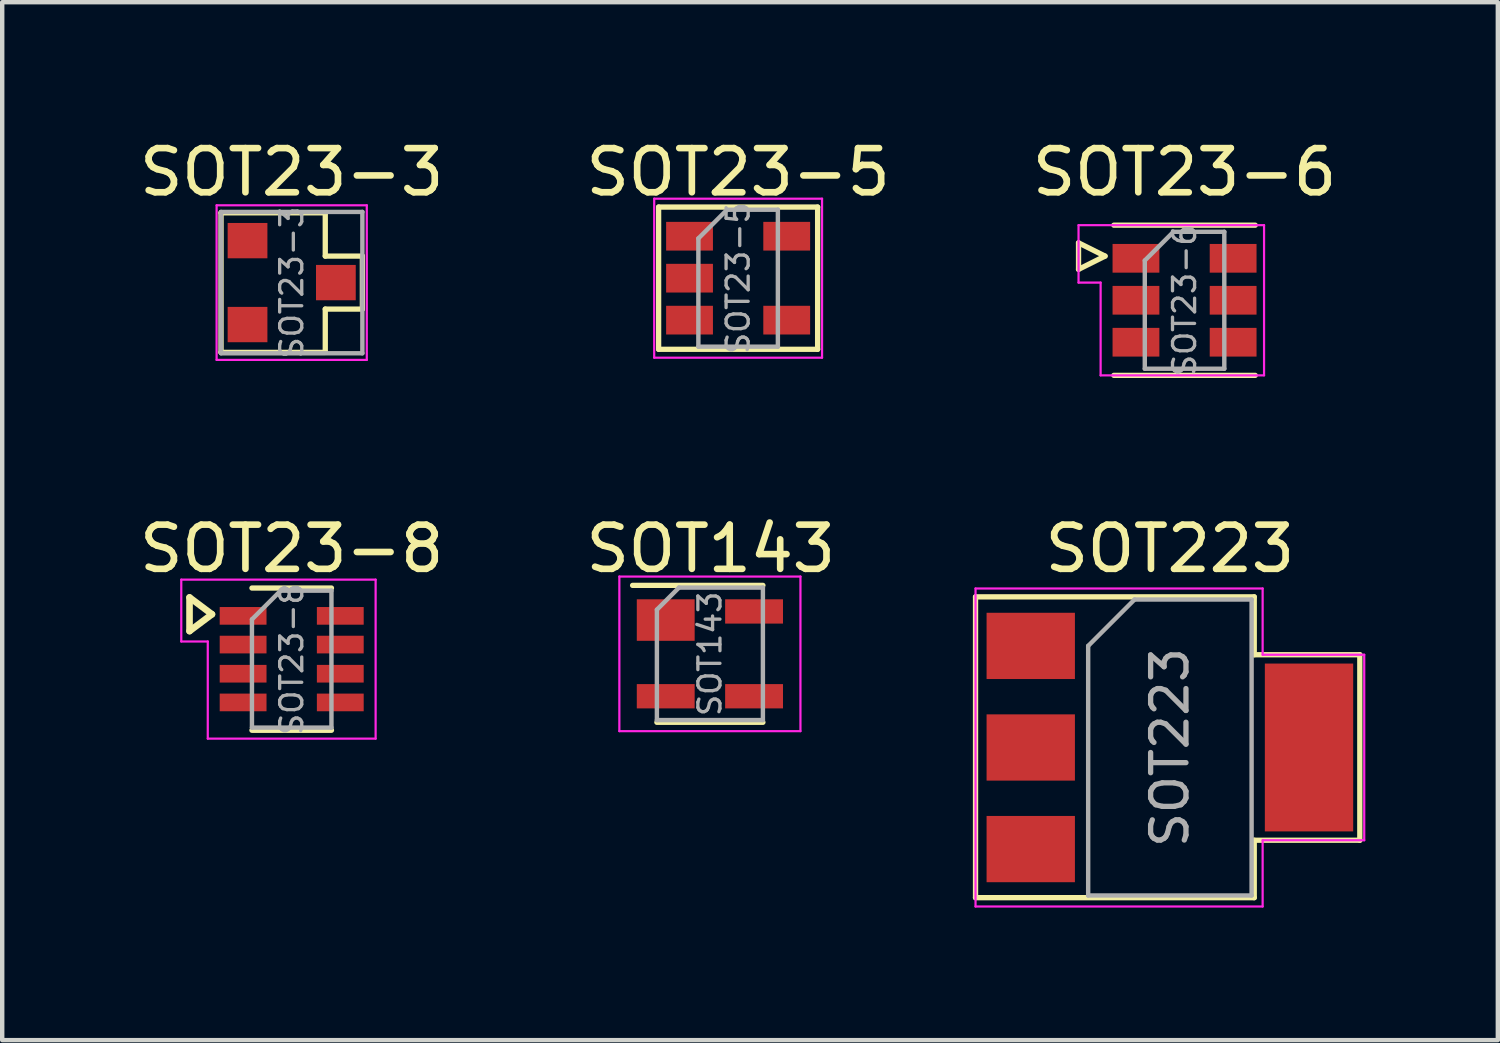
<source format=kicad_pcb>
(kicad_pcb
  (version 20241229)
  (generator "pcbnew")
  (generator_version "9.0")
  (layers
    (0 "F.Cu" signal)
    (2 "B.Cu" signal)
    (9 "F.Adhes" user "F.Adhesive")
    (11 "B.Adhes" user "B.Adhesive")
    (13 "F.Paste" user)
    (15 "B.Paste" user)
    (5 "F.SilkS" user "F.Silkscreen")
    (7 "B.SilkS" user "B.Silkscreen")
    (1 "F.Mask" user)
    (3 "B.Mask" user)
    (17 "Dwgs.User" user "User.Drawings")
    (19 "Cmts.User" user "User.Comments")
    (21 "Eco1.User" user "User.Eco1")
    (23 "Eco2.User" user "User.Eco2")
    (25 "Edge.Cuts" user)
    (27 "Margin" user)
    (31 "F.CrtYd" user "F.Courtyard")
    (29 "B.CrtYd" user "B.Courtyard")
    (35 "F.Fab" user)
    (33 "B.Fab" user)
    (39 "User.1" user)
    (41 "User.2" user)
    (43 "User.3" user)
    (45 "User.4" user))
  (footprint "SOT223"
    (layer "F.Cu")
    (at 23.436 13.873)
    (property "Reference" "SOT223" (at 0 -4.5 0) (layer "F.SilkS") (effects (font (size 1 1) (thickness 0.15))))
    (attr smd)
    (fp_line (start -4.4 -3.41) (end -4.4 3.4) (stroke (width 0.12) (type default)) (layer "F.SilkS"))
    (fp_line (start -4.4 -3.41) (end 1.91 -3.41) (stroke (width 0.12) (type solid)) (layer "F.SilkS"))
    (fp_line (start -4.4 3.4) (end 1.91 3.4) (stroke (width 0.12) (type solid)) (layer "F.SilkS"))
    (fp_line (start 1.91 -3.41) (end 1.91 -2.1) (stroke (width 0.12) (type solid)) (layer "F.SilkS"))
    (fp_line (start 1.91 -2.1) (end 4.3 -2.1) (stroke (width 0.12) (type default)) (layer "F.SilkS"))
    (fp_line (start 1.91 3.4) (end 1.91 2.1) (stroke (width 0.12) (type solid)) (layer "F.SilkS"))
    (fp_line (start 4.3 -2.1) (end 4.3 2.1) (stroke (width 0.12) (type default)) (layer "F.SilkS"))
    (fp_line (start 4.3 2.1) (end 1.91 2.1) (stroke (width 0.12) (type default)) (layer "F.SilkS"))
    (fp_line (start -4.4 -3.6) (end -4.4 3.6) (stroke (width 0.05) (type solid)) (layer "F.CrtYd"))
    (fp_line (start -4.4 3.6) (end 2.1 3.6) (stroke (width 0.05) (type solid)) (layer "F.CrtYd"))
    (fp_line (start 2.1 -3.6) (end -4.4 -3.6) (stroke (width 0.05) (type solid)) (layer "F.CrtYd"))
    (fp_line (start 2.1 -3.6) (end 2.1 -2.1) (stroke (width 0.05) (type solid)) (layer "F.CrtYd"))
    (fp_line (start 2.1 -2.1) (end 4.4 -2.1) (stroke (width 0.05) (type solid)) (layer "F.CrtYd"))
    (fp_line (start 2.1 2.1) (end 4.4 2.1) (stroke (width 0.05) (type solid)) (layer "F.CrtYd"))
    (fp_line (start 2.1 3.6) (end 2.1 2.1) (stroke (width 0.05) (type solid)) (layer "F.CrtYd"))
    (fp_line (start 4.4 2.1) (end 4.4 -2.1) (stroke (width 0.05) (type solid)) (layer "F.CrtYd"))
    (fp_line (start -1.85 -2.3) (end -1.85 3.35) (stroke (width 0.1) (type solid)) (layer "F.Fab"))
    (fp_line (start -1.85 -2.3) (end -0.8 -3.35) (stroke (width 0.1) (type solid)) (layer "F.Fab"))
    (fp_line (start -1.85 3.35) (end 1.85 3.35) (stroke (width 0.1) (type solid)) (layer "F.Fab"))
    (fp_line (start -0.8 -3.35) (end 1.85 -3.35) (stroke (width 0.1) (type solid)) (layer "F.Fab"))
    (fp_line (start 1.85 -3.35) (end 1.85 3.35) (stroke (width 0.1) (type solid)) (layer "F.Fab"))
    (fp_text user "${REFERENCE}" (at 0 0 90) (layer "F.Fab") (effects (font (size 0.8 0.8) (thickness 0.12))))
    (pad "1" smd rect (at -3.15 -2.3) (size 2 1.5) (layers "F.Cu" "F.Mask" "F.Paste"))
    (pad "2" smd rect (at -3.15 0) (size 2 1.5) (layers "F.Cu" "F.Mask" "F.Paste"))
    (pad "3" smd rect (at -3.15 2.3) (size 2 1.5) (layers "F.Cu" "F.Mask" "F.Paste"))
    (pad "4" smd rect (at 3.15 0) (size 2 3.8) (layers "F.Cu" "F.Mask" "F.Paste")))
  (footprint "SOT23-5"
    (layer "F.Cu")
    (at 13.661 3.248)
    (property "Reference" "SOT23-5" (at 0 -2.4 0) (layer "F.SilkS") (effects (font (size 1 1) (thickness 0.15))))
    (attr smd)
    (fp_line (start -1.8 -1.61) (end -1.8 1.61) (stroke (width 0.12) (type default)) (layer "F.SilkS"))
    (fp_line (start -1.8 1.61) (end 1.8 1.61) (stroke (width 0.12) (type solid)) (layer "F.SilkS"))
    (fp_line (start 1.8 -1.61) (end -1.8 -1.61) (stroke (width 0.12) (type solid)) (layer "F.SilkS"))
    (fp_line (start 1.8 1.61) (end 1.8 -1.61) (stroke (width 0.12) (type default)) (layer "F.SilkS"))
    (fp_line (start -1.9 -1.8) (end 1.9 -1.8) (stroke (width 0.05) (type solid)) (layer "F.CrtYd"))
    (fp_line (start -1.9 1.8) (end -1.9 -1.8) (stroke (width 0.05) (type solid)) (layer "F.CrtYd"))
    (fp_line (start 1.9 -1.8) (end 1.9 1.8) (stroke (width 0.05) (type solid)) (layer "F.CrtYd"))
    (fp_line (start 1.9 1.8) (end -1.9 1.8) (stroke (width 0.05) (type solid)) (layer "F.CrtYd"))
    (fp_line (start -0.9 -0.9) (end -0.9 1.55) (stroke (width 0.1) (type solid)) (layer "F.Fab"))
    (fp_line (start -0.9 -0.9) (end -0.25 -1.55) (stroke (width 0.1) (type solid)) (layer "F.Fab"))
    (fp_line (start 0.9 -1.55) (end -0.25 -1.55) (stroke (width 0.1) (type solid)) (layer "F.Fab"))
    (fp_line (start 0.9 -1.55) (end 0.9 1.55) (stroke (width 0.1) (type solid)) (layer "F.Fab"))
    (fp_line (start 0.9 1.55) (end -0.9 1.55) (stroke (width 0.1) (type solid)) (layer "F.Fab"))
    (fp_text user "${REFERENCE}" (at 0 0 90) (layer "F.Fab") (effects (font (size 0.5 0.5) (thickness 0.075))))
    (pad "1" smd rect (at -1.1 -0.95) (size 1.06 0.65) (layers "F.Cu" "F.Mask" "F.Paste"))
    (pad "2" smd rect (at -1.1 0) (size 1.06 0.65) (layers "F.Cu" "F.Mask" "F.Paste"))
    (pad "3" smd rect (at -1.1 0.95) (size 1.06 0.65) (layers "F.Cu" "F.Mask" "F.Paste"))
    (pad "4" smd rect (at 1.1 0.95) (size 1.06 0.65) (layers "F.Cu" "F.Mask" "F.Paste"))
    (pad "5" smd rect (at 1.1 -0.95) (size 1.06 0.65) (layers "F.Cu" "F.Mask" "F.Paste")))
  (footprint "SOT143"
    (layer "F.Cu")
    (at 13.022 11.753)
    (property "Reference" "SOT143" (at 0.02 -2.38 0) (layer "F.SilkS") (effects (font (size 1 1) (thickness 0.15))))
    (attr smd)
    (fp_line (start -1.2 1.55) (end 1.2 1.55) (stroke (width 0.12) (type solid)) (layer "F.SilkS"))
    (fp_line (start 1.2 -1.55) (end -1.75 -1.55) (stroke (width 0.12) (type solid)) (layer "F.SilkS"))
    (fp_line (start -2.05 1.75) (end -2.05 -1.75) (stroke (width 0.05) (type solid)) (layer "F.CrtYd"))
    (fp_line (start -2.05 1.75) (end 2.05 1.75) (stroke (width 0.05) (type solid)) (layer "F.CrtYd"))
    (fp_line (start 2.05 -1.75) (end -2.05 -1.75) (stroke (width 0.05) (type solid)) (layer "F.CrtYd"))
    (fp_line (start 2.05 -1.75) (end 2.05 1.75) (stroke (width 0.05) (type solid)) (layer "F.CrtYd"))
    (fp_line (start -1.2 -1) (end -0.7 -1.5) (stroke (width 0.1) (type solid)) (layer "F.Fab"))
    (fp_line (start -1.2 1.5) (end -1.2 -1) (stroke (width 0.1) (type solid)) (layer "F.Fab"))
    (fp_line (start -0.7 -1.5) (end 1.2 -1.5) (stroke (width 0.1) (type solid)) (layer "F.Fab"))
    (fp_line (start 1.2 -1.5) (end 1.2 1.5) (stroke (width 0.1) (type solid)) (layer "F.Fab"))
    (fp_line (start 1.2 1.5) (end -1.2 1.5) (stroke (width 0.1) (type solid)) (layer "F.Fab"))
    (fp_text user "${REFERENCE}" (at 0 0 90) (layer "F.Fab") (effects (font (size 0.5 0.5) (thickness 0.075))))
    (pad "1" smd rect (at -1 -0.765) (size 1.31 0.94) (layers "F.Cu" "F.Mask" "F.Paste"))
    (pad "2" smd rect (at -1 0.96) (size 1.31 0.55) (layers "F.Cu" "F.Mask" "F.Paste"))
    (pad "3" smd rect (at 1 0.96) (size 1.31 0.55) (layers "F.Cu" "F.Mask" "F.Paste"))
    (pad "4" smd rect (at 1 -0.96) (size 1.31 0.55) (layers "F.Cu" "F.Mask" "F.Paste")))
  (footprint "SOT23-6"
    (layer "F.Cu")
    (at 23.768 3.748)
    (property "Reference" "SOT23-6" (at 0 -2.9 0) (layer "F.SilkS") (effects (font (size 1 1) (thickness 0.15))))
    (attr smd)
    (fp_line (start -2.4 -1.3) (end -1.8 -1) (stroke (width 0.12) (type solid)) (layer "F.SilkS"))
    (fp_line (start -2.4 -0.7) (end -2.4 -1.3) (stroke (width 0.12) (type solid)) (layer "F.SilkS"))
    (fp_line (start -1.8 -1) (end -2.4 -0.7) (stroke (width 0.12) (type solid)) (layer "F.SilkS"))
    (fp_line (start -1.6 1.7) (end 1.6 1.7) (stroke (width 0.12) (type solid)) (layer "F.SilkS"))
    (fp_line (start 1.6 -1.7) (end -1.6 -1.7) (stroke (width 0.12) (type solid)) (layer "F.SilkS"))
    (fp_line (start -2.4 -1.7) (end -2.4 -0.4) (stroke (width 0.05) (type solid)) (layer "F.CrtYd"))
    (fp_line (start -1.9 -0.4) (end -2.4 -0.4) (stroke (width 0.05) (type solid)) (layer "F.CrtYd"))
    (fp_line (start -1.9 -0.4) (end -1.9 1.7) (stroke (width 0.05) (type solid)) (layer "F.CrtYd"))
    (fp_line (start -1.9 1.7) (end 1.8 1.7) (stroke (width 0.05) (type solid)) (layer "F.CrtYd"))
    (fp_line (start 1.8 -1.7) (end -2.4 -1.7) (stroke (width 0.05) (type solid)) (layer "F.CrtYd"))
    (fp_line (start 1.8 1.7) (end 1.8 -1.7) (stroke (width 0.05) (type solid)) (layer "F.CrtYd"))
    (fp_line (start -0.9 -0.9) (end -0.9 1.55) (stroke (width 0.1) (type solid)) (layer "F.Fab"))
    (fp_line (start -0.9 -0.9) (end -0.25 -1.55) (stroke (width 0.1) (type solid)) (layer "F.Fab"))
    (fp_line (start 0.9 -1.55) (end -0.25 -1.55) (stroke (width 0.1) (type solid)) (layer "F.Fab"))
    (fp_line (start 0.9 -1.55) (end 0.9 1.55) (stroke (width 0.1) (type solid)) (layer "F.Fab"))
    (fp_line (start 0.9 1.55) (end -0.9 1.55) (stroke (width 0.1) (type solid)) (layer "F.Fab"))
    (fp_text user "${REFERENCE}" (at 0 0 90) (layer "F.Fab") (effects (font (size 0.5 0.5) (thickness 0.075))))
    (pad "1" smd rect (at -1.1 -0.95) (size 1.06 0.65) (layers "F.Cu" "F.Mask" "F.Paste"))
    (pad "2" smd rect (at -1.1 0) (size 1.06 0.65) (layers "F.Cu" "F.Mask" "F.Paste"))
    (pad "3" smd rect (at -1.1 0.95) (size 1.06 0.65) (layers "F.Cu" "F.Mask" "F.Paste"))
    (pad "4" smd rect (at 1.1 0.95) (size 1.06 0.65) (layers "F.Cu" "F.Mask" "F.Paste"))
    (pad "5" smd rect (at 1.1 0) (size 1.06 0.65) (layers "F.Cu" "F.Mask" "F.Paste"))
    (pad "6" smd rect (at 1.1 -0.95) (size 1.06 0.65) (layers "F.Cu" "F.Mask" "F.Paste")))
  (footprint "SOT23-8"
    (layer "F.Cu")
    (at 3.554 11.873)
    (property "Reference" "SOT23-8" (at 0 -2.5 0) (layer "F.SilkS") (effects (font (size 1 1) (thickness 0.15))))
    (attr smd)
    (fp_line (start -2.313 -1.397) (end -2.313 -0.635) (stroke (width 0.15) (type solid)) (layer "F.SilkS"))
    (fp_line (start -2.313 -0.635) (end -1.805 -1.016) (stroke (width 0.15) (type solid)) (layer "F.SilkS"))
    (fp_line (start -1.805 -1.016) (end -2.313 -1.397) (stroke (width 0.15) (type solid)) (layer "F.SilkS"))
    (fp_line (start -0.9 1.61) (end 0.9 1.61) (stroke (width 0.12) (type solid)) (layer "F.SilkS"))
    (fp_line (start 0.9 -1.61) (end -0.9 -1.61) (stroke (width 0.12) (type solid)) (layer "F.SilkS"))
    (fp_line (start -2.5 -1.8) (end -2.5 -0.4) (stroke (width 0.05) (type solid)) (layer "F.CrtYd"))
    (fp_line (start -1.9 -0.4) (end -2.5 -0.4) (stroke (width 0.05) (type solid)) (layer "F.CrtYd"))
    (fp_line (start -1.9 -0.4) (end -1.9 1.8) (stroke (width 0.05) (type solid)) (layer "F.CrtYd"))
    (fp_line (start -1.9 1.8) (end 1.9 1.8) (stroke (width 0.05) (type solid)) (layer "F.CrtYd"))
    (fp_line (start 1.9 -1.8) (end -2.5 -1.8) (stroke (width 0.05) (type solid)) (layer "F.CrtYd"))
    (fp_line (start 1.9 1.8) (end 1.9 -1.8) (stroke (width 0.05) (type solid)) (layer "F.CrtYd"))
    (fp_line (start -0.9 -0.9) (end -0.9 1.55) (stroke (width 0.1) (type solid)) (layer "F.Fab"))
    (fp_line (start -0.9 -0.9) (end -0.25 -1.55) (stroke (width 0.1) (type solid)) (layer "F.Fab"))
    (fp_line (start 0.9 -1.55) (end -0.25 -1.55) (stroke (width 0.1) (type solid)) (layer "F.Fab"))
    (fp_line (start 0.9 -1.55) (end 0.9 1.55) (stroke (width 0.1) (type solid)) (layer "F.Fab"))
    (fp_line (start 0.9 1.55) (end -0.9 1.55) (stroke (width 0.1) (type solid)) (layer "F.Fab"))
    (fp_text user "${REFERENCE}" (at 0 0 270) (layer "F.Fab") (effects (font (size 0.5 0.5) (thickness 0.075))))
    (pad "1" smd rect (at -1.1 -0.98) (size 1.06 0.4) (layers "F.Cu" "F.Mask" "F.Paste"))
    (pad "2" smd rect (at -1.1 -0.33) (size 1.06 0.4) (layers "F.Cu" "F.Mask" "F.Paste"))
    (pad "3" smd rect (at -1.1 0.33) (size 1.06 0.4) (layers "F.Cu" "F.Mask" "F.Paste"))
    (pad "4" smd rect (at -1.1 0.98) (size 1.06 0.4) (layers "F.Cu" "F.Mask" "F.Paste"))
    (pad "5" smd rect (at 1.1 0.98) (size 1.06 0.4) (layers "F.Cu" "F.Mask" "F.Paste"))
    (pad "6" smd rect (at 1.1 0.33) (size 1.06 0.4) (layers "F.Cu" "F.Mask" "F.Paste"))
    (pad "7" smd rect (at 1.1 -0.33) (size 1.06 0.4) (layers "F.Cu" "F.Mask" "F.Paste"))
    (pad "8" smd rect (at 1.1 -0.98) (size 1.06 0.4) (layers "F.Cu" "F.Mask" "F.Paste")))
  (footprint "SOT23-3"
    (layer "F.Cu")
    (at 3.554 3.348)
    (property "Reference" "SOT23-3" (at 0 -2.5 0) (layer "F.SilkS") (effects (font (size 1 1) (thickness 0.15))))
    (attr smd)
    (fp_line (start -1.6 -1.58) (end -1.6 1.58) (stroke (width 0.12) (type default)) (layer "F.SilkS"))
    (fp_line (start 0.76 -1.58) (end -1.6 -1.58) (stroke (width 0.12) (type solid)) (layer "F.SilkS"))
    (fp_line (start 0.76 -1.58) (end 0.76 -0.6) (stroke (width 0.12) (type solid)) (layer "F.SilkS"))
    (fp_line (start 0.76 -0.6) (end 1.6 -0.6) (stroke (width 0.12) (type default)) (layer "F.SilkS"))
    (fp_line (start 0.76 1.58) (end -1.6 1.58) (stroke (width 0.12) (type solid)) (layer "F.SilkS"))
    (fp_line (start 0.76 1.58) (end 0.76 0.6) (stroke (width 0.12) (type solid)) (layer "F.SilkS"))
    (fp_line (start 1.6 -0.6) (end 1.6 0.6) (stroke (width 0.12) (type default)) (layer "F.SilkS"))
    (fp_line (start 1.6 0.6) (end 0.76 0.6) (stroke (width 0.12) (type default)) (layer "F.SilkS"))
    (fp_line (start -1.7 -1.75) (end 1.7 -1.75) (stroke (width 0.05) (type solid)) (layer "F.CrtYd"))
    (fp_line (start -1.7 1.75) (end -1.7 -1.75) (stroke (width 0.05) (type solid)) (layer "F.CrtYd"))
    (fp_line (start 1.7 -1.75) (end 1.7 1.75) (stroke (width 0.05) (type solid)) (layer "F.CrtYd"))
    (fp_line (start 1.7 1.75) (end -1.7 1.75) (stroke (width 0.05) (type solid)) (layer "F.CrtYd"))
    (fp_line (start -1.6 -1.6) (end -1.6 1.6) (stroke (width 0.1) (type solid)) (layer "F.Fab"))
    (fp_line (start -1.6 -1.6) (end 1.6 -1.6) (stroke (width 0.1) (type solid)) (layer "F.Fab"))
    (fp_line (start -1.6 1.6) (end 1.6 1.6) (stroke (width 0.1) (type solid)) (layer "F.Fab"))
    (fp_line (start 1.6 -1.6) (end 1.6 1.6) (stroke (width 0.1) (type solid)) (layer "F.Fab"))
    (fp_text user "${REFERENCE}" (at 0 0 90) (layer "F.Fab") (effects (font (size 0.5 0.5) (thickness 0.075))))
    (pad "1" smd rect (at -1 -0.95) (size 0.9 0.8) (layers "F.Cu" "F.Mask" "F.Paste"))
    (pad "2" smd rect (at -1 0.95) (size 0.9 0.8) (layers "F.Cu" "F.Mask" "F.Paste"))
    (pad "3" smd rect (at 1 0) (size 0.9 0.8) (layers "F.Cu" "F.Mask" "F.Paste")))
  (gr_rect
    (start -3 -3)
    (end 30.861 20.498)
    (stroke (width 0.1) (type default))
    (fill no)
    (layer "Edge.Cuts")))
</source>
